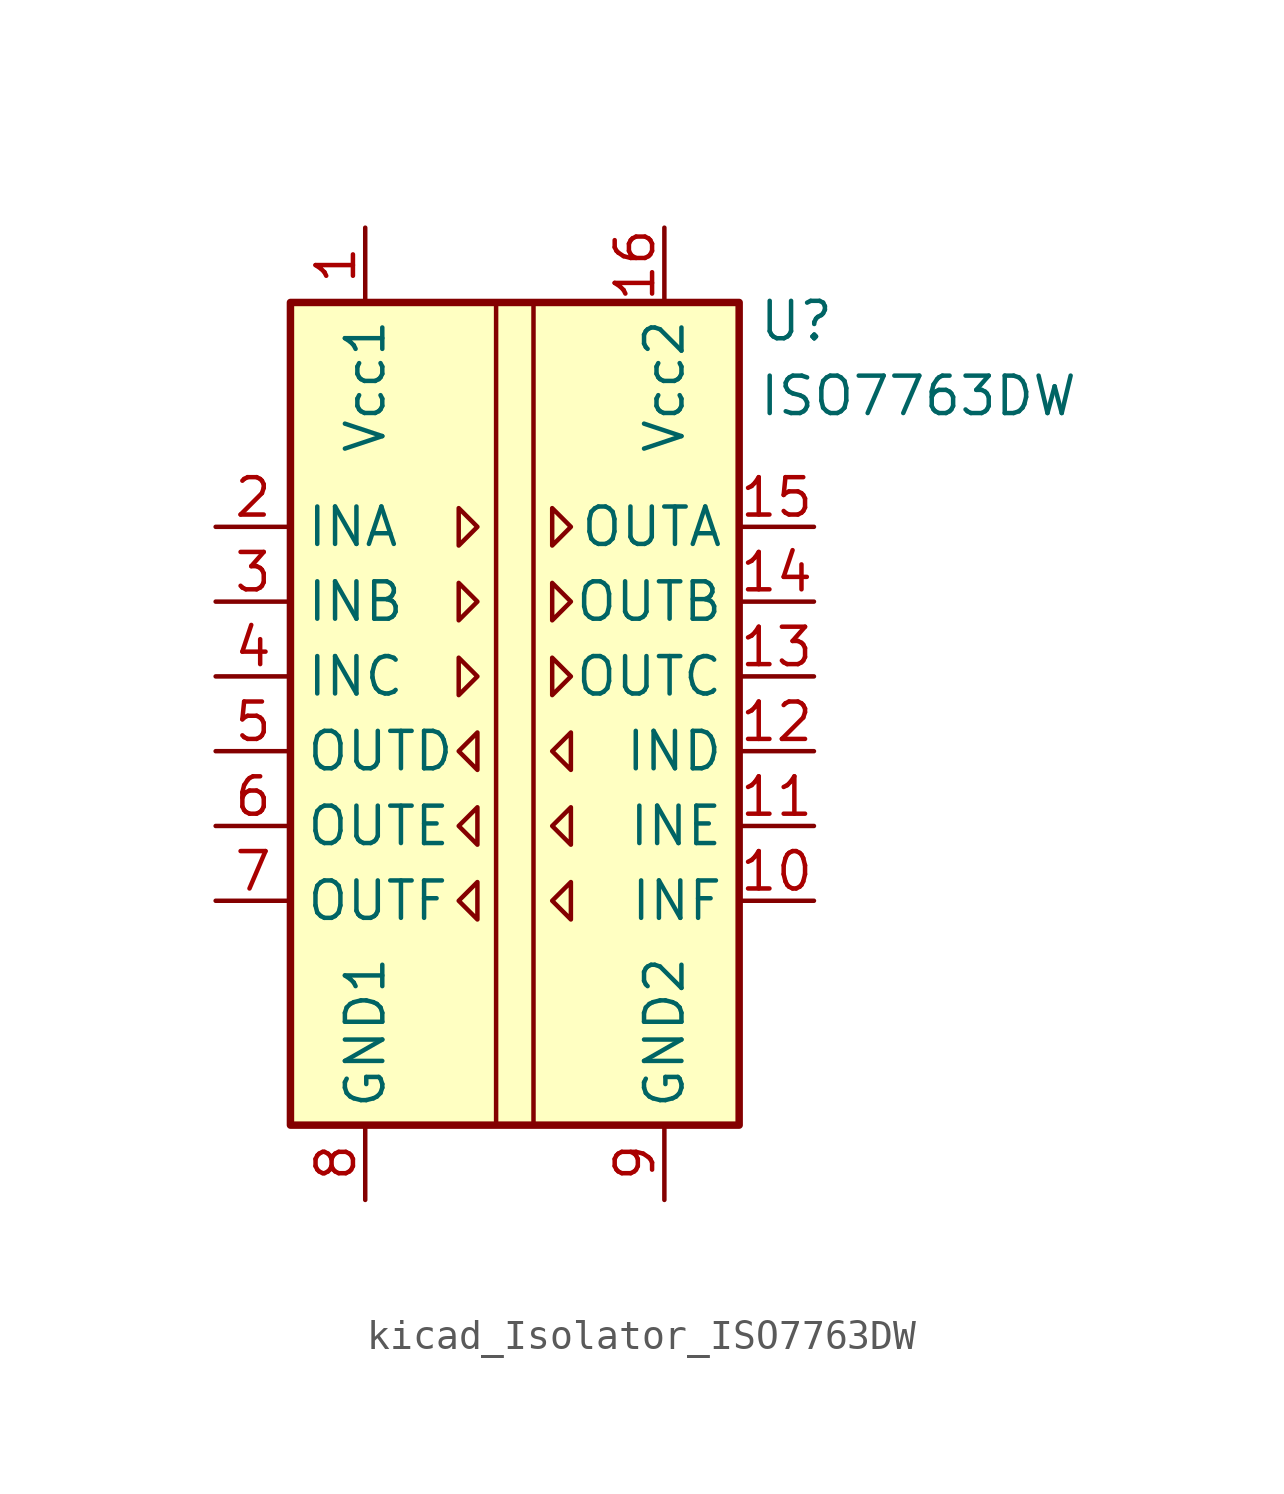
<source format=kicad_sym>
(kicad_symbol_lib
  (version 20220914)
  (generator kicad_symbol_editor)
  (symbol "kicad_Isolator_ISO7763DW"
    (property "Reference" "U"
      (at 8.255 14.605 0)
      (effects (font (size 1.27 1.27)) (justify left)))
    (property "Value" "ISO7763DW"
      (at 8.255 12.065 0)
      (effects (font (size 1.27 1.27)) (justify left)))
    (symbol "kicad_Isolator_ISO7763DW_0_1"
      (rectangle (start -7.62 15.24) (end 7.62 -12.7) (stroke (width 0.254) (type default)) (fill (type background)))
      (polyline (pts (xy -0.635 15.24) (xy -0.635 -12.7)) (stroke (width 0) (type default)) (fill (type none)))
      (polyline (pts (xy 0.635 15.24) (xy 0.635 -12.7)) (stroke (width 0) (type default)) (fill (type none)))
      (polyline (pts (xy -1.905 8.255) (xy -1.27 7.62) (xy -1.905 6.985) (xy -1.905 8.255)) (stroke (width 0) (type default)) (fill (type none)))
      (polyline (pts (xy 1.27 8.255) (xy 1.905 7.62) (xy 1.27 6.985) (xy 1.27 8.255)) (stroke (width 0) (type default)) (fill (type none))))
    (symbol "kicad_Isolator_ISO7763DW_1_1"
      (polyline (pts (xy -1.905 3.175) (xy -1.27 2.54) (xy -1.905 1.905) (xy -1.905 3.175)) (stroke (width 0) (type default)) (fill (type none)))
      (polyline (pts (xy -1.905 5.715) (xy -1.27 5.08) (xy -1.905 4.445) (xy -1.905 5.715)) (stroke (width 0) (type default)) (fill (type none)))
      (polyline (pts (xy -1.27 -4.445) (xy -1.905 -5.08) (xy -1.27 -5.715) (xy -1.27 -4.445)) (stroke (width 0) (type default)) (fill (type none)))
      (polyline (pts (xy -1.27 -1.905) (xy -1.905 -2.54) (xy -1.27 -3.175) (xy -1.27 -1.905)) (stroke (width 0) (type default)) (fill (type none)))
      (polyline (pts (xy -1.27 0.635) (xy -1.905 0) (xy -1.27 -0.635) (xy -1.27 0.635)) (stroke (width 0) (type default)) (fill (type none)))
      (polyline (pts (xy 1.27 3.175) (xy 1.905 2.54) (xy 1.27 1.905) (xy 1.27 3.175)) (stroke (width 0) (type default)) (fill (type none)))
      (polyline (pts (xy 1.27 5.715) (xy 1.905 5.08) (xy 1.27 4.445) (xy 1.27 5.715)) (stroke (width 0) (type default)) (fill (type none)))
      (polyline (pts (xy 1.905 -4.445) (xy 1.27 -5.08) (xy 1.905 -5.715) (xy 1.905 -4.445)) (stroke (width 0) (type default)) (fill (type none)))
      (polyline (pts (xy 1.905 -1.905) (xy 1.27 -2.54) (xy 1.905 -3.175) (xy 1.905 -1.905)) (stroke (width 0) (type default)) (fill (type none)))
      (polyline (pts (xy 1.905 0.635) (xy 1.27 0) (xy 1.905 -0.635) (xy 1.905 0.635)) (stroke (width 0) (type default)) (fill (type none)))
      (pin power_in line (at -5.08 17.78 270) (length 2.54) (name "Vcc1" (effects (font (size 1.27 1.27)))) (number "1" (effects (font (size 1.27 1.27)))))
      (pin input line (at 10.16 -5.08 180) (length 2.54) (name "INF" (effects (font (size 1.27 1.27)))) (number "10" (effects (font (size 1.27 1.27)))))
      (pin input line (at 10.16 -2.54 180) (length 2.54) (name "INE" (effects (font (size 1.27 1.27)))) (number "11" (effects (font (size 1.27 1.27)))))
      (pin input line (at 10.16 0 180) (length 2.54) (name "IND" (effects (font (size 1.27 1.27)))) (number "12" (effects (font (size 1.27 1.27)))))
      (pin output line (at 10.16 2.54 180) (length 2.54) (name "OUTC" (effects (font (size 1.27 1.27)))) (number "13" (effects (font (size 1.27 1.27)))))
      (pin output line (at 10.16 5.08 180) (length 2.54) (name "OUTB" (effects (font (size 1.27 1.27)))) (number "14" (effects (font (size 1.27 1.27)))))
      (pin output line (at 10.16 7.62 180) (length 2.54) (name "OUTA" (effects (font (size 1.27 1.27)))) (number "15" (effects (font (size 1.27 1.27)))))
      (pin power_in line (at 5.08 17.78 270) (length 2.54) (name "Vcc2" (effects (font (size 1.27 1.27)))) (number "16" (effects (font (size 1.27 1.27)))))
      (pin input line (at -10.16 7.62 0) (length 2.54) (name "INA" (effects (font (size 1.27 1.27)))) (number "2" (effects (font (size 1.27 1.27)))))
      (pin input line (at -10.16 5.08 0) (length 2.54) (name "INB" (effects (font (size 1.27 1.27)))) (number "3" (effects (font (size 1.27 1.27)))))
      (pin input line (at -10.16 2.54 0) (length 2.54) (name "INC" (effects (font (size 1.27 1.27)))) (number "4" (effects (font (size 1.27 1.27)))))
      (pin output line (at -10.16 0 0) (length 2.54) (name "OUTD" (effects (font (size 1.27 1.27)))) (number "5" (effects (font (size 1.27 1.27)))))
      (pin output line (at -10.16 -2.54 0) (length 2.54) (name "OUTE" (effects (font (size 1.27 1.27)))) (number "6" (effects (font (size 1.27 1.27)))))
      (pin output line (at -10.16 -5.08 0) (length 2.54) (name "OUTF" (effects (font (size 1.27 1.27)))) (number "7" (effects (font (size 1.27 1.27)))))
      (pin power_in line (at -5.08 -15.24 90) (length 2.54) (name "GND1" (effects (font (size 1.27 1.27)))) (number "8" (effects (font (size 1.27 1.27)))))
      (pin power_in line (at 5.08 -15.24 90) (length 2.54) (name "GND2" (effects (font (size 1.27 1.27)))) (number "9" (effects (font (size 1.27 1.27))))))))
</source>
